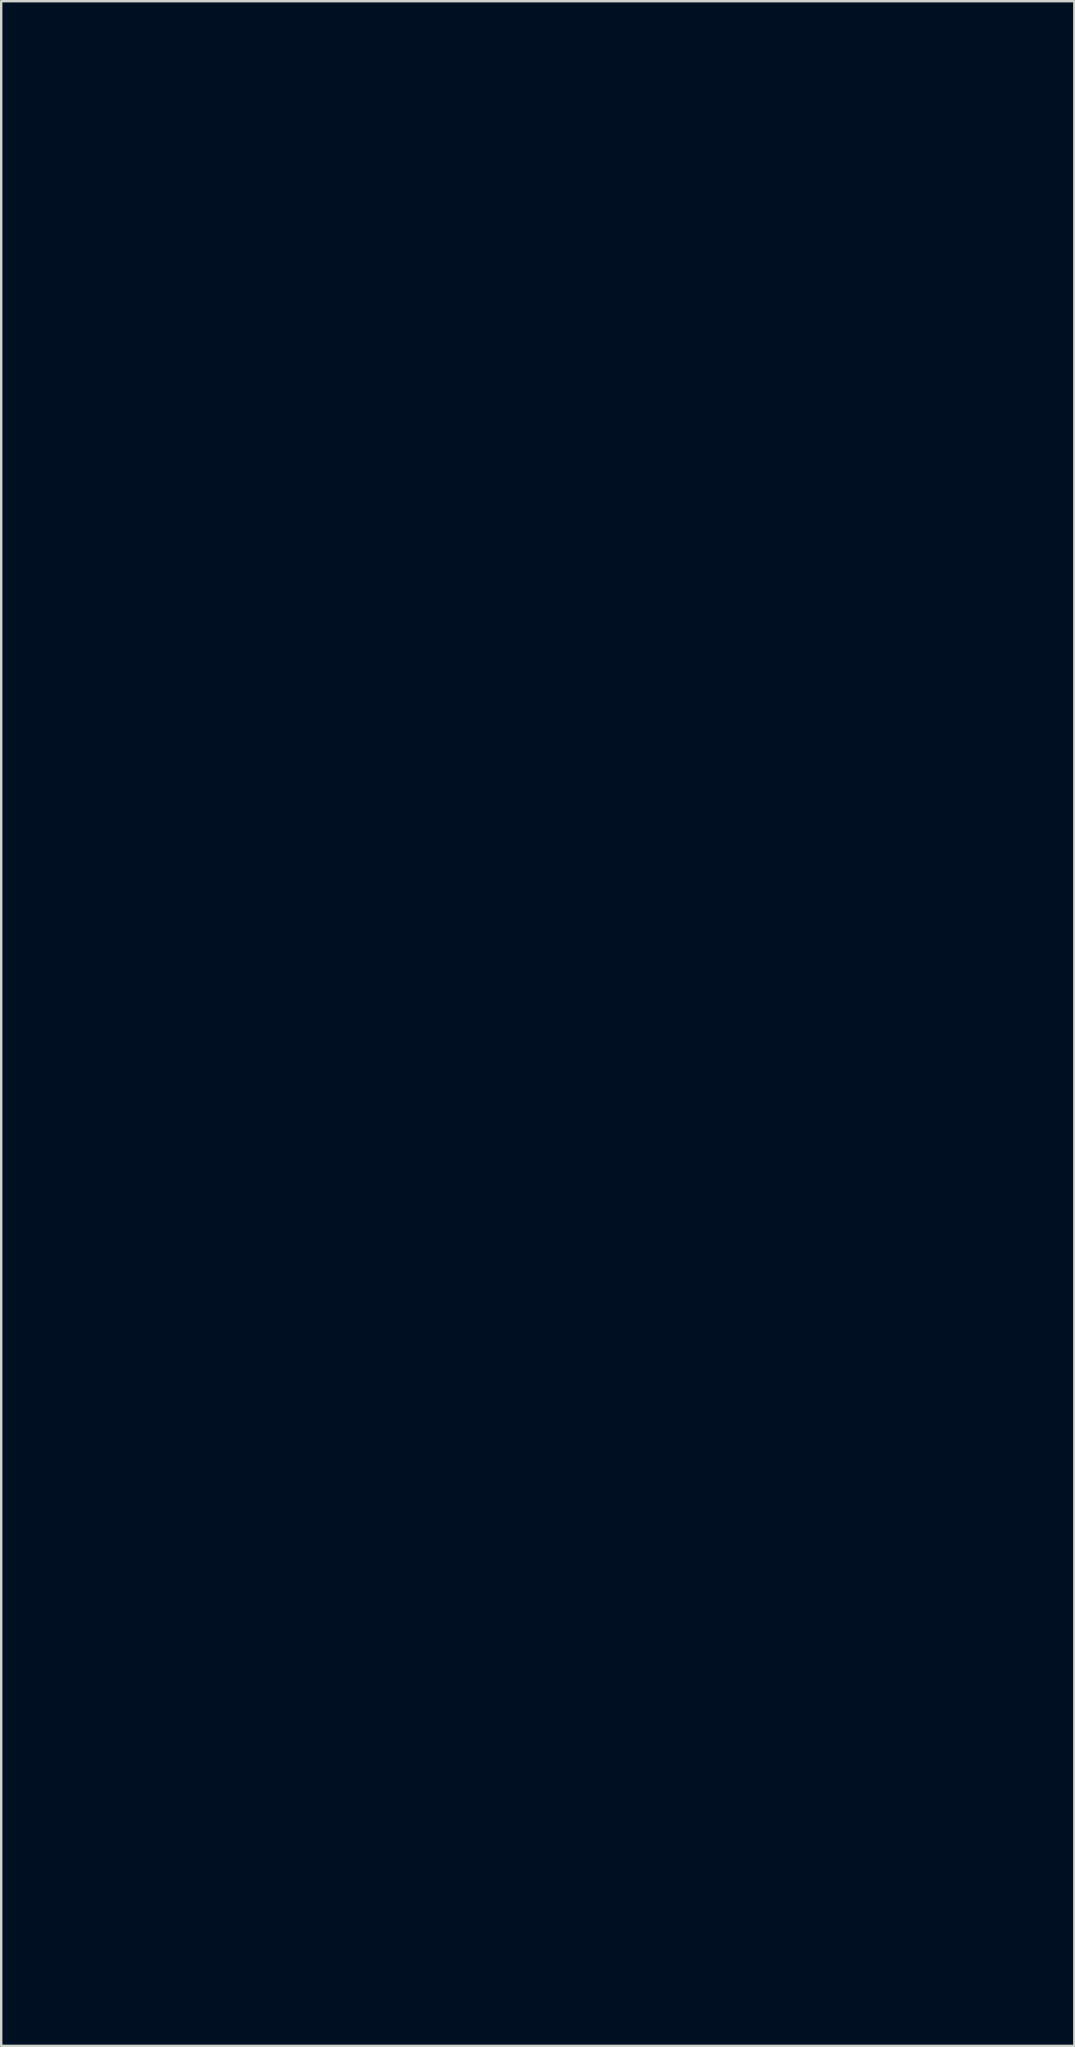
<source format=kicad_pcb>
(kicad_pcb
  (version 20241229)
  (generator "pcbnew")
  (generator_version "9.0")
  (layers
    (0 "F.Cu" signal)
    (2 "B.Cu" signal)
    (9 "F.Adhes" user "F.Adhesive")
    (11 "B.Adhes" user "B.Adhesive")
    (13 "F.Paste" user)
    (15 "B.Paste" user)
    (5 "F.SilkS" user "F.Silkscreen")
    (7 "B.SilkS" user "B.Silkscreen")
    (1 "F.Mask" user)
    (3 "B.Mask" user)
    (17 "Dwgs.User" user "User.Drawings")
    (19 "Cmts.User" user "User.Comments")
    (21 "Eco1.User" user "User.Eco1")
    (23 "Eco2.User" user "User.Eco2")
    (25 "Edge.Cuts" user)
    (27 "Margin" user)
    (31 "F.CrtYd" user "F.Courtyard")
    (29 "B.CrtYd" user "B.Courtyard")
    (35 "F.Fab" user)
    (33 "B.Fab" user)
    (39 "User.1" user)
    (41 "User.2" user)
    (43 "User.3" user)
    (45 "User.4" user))
  (footprint "OTC_back"
    (layer "F.Cu")
    (at 12.522 39.968)
    (property "Reference" "OTC_back" (at 0 0 0) (layer "F.Mask") (effects (font (size 1.524 1.524) (thickness 0.3))))
    (attr through_hole)
    (fp_poly (pts (xy 11.557 32.935) (xy 10.837 32.935) (xy 10.837 32.216) (xy 11.557 32.216) (xy 11.557 32.935)) (stroke (width 0.01) (type solid)) (fill yes) (layer "F.Mask"))
    (fp_poly (pts (xy 11.557 34.057) (xy 10.837 34.057) (xy 10.837 33.337) (xy 11.557 33.337) (xy 11.557 34.057)) (stroke (width 0.01) (type solid)) (fill yes) (layer "F.Mask"))
    (fp_poly (pts (xy 11.557 35.179) (xy 10.837 35.179) (xy 10.837 34.459) (xy 11.557 34.459) (xy 11.557 35.179)) (stroke (width 0.01) (type solid)) (fill yes) (layer "F.Mask"))
    (fp_poly (pts (xy 11.557 -35.878) (xy 9.303 -35.867) (xy 9.303 -34.343) (xy 11.557 -34.332) (xy 11.557 -33.634) (xy 8.594 -33.634) (xy 8.594 -36.597) (xy 11.557 -36.597) (xy 11.557 -35.878)) (stroke (width 0.01) (type solid)) (fill yes) (layer "F.Mask"))
    (fp_poly (pts (xy 11.557 8.784) (xy 8.594 8.784) (xy 8.594 8.065) (xy 10.837 8.065) (xy 10.837 6.54) (xy 8.594 6.54) (xy 8.594 5.821) (xy 11.557 5.821) (xy 11.557 8.784)) (stroke (width 0.01) (type solid)) (fill yes) (layer "F.Mask"))
    (fp_poly (pts (xy 11.557 21.167) (xy 8.594 21.167) (xy 8.594 20.447) (xy 10.837 20.447) (xy 10.837 18.923) (xy 8.594 18.923) (xy 8.594 18.203) (xy 11.557 18.203) (xy 11.557 21.167)) (stroke (width 0.01) (type solid)) (fill yes) (layer "F.Mask"))
    (fp_poly (pts (xy 9.303 15.949) (xy 11.557 15.96) (xy 11.557 16.658) (xy 9.303 16.669) (xy 9.297 17.235) (xy 9.291 17.801) (xy 8.594 17.801) (xy 8.594 14.838) (xy 9.291 14.838) (xy 9.303 15.949)) (stroke (width 0.01) (type solid)) (fill yes) (layer "F.Mask"))
    (fp_poly (pts (xy 11.557 -30.268) (xy 8.594 -30.268) (xy 8.594 -30.967) (xy 10.838 -30.967) (xy 10.832 -31.734) (xy 10.827 -32.501) (xy 9.71 -32.507) (xy 8.594 -32.512) (xy 8.594 -33.211) (xy 11.557 -33.211) (xy 11.557 -30.268)) (stroke (width 0.01) (type solid)) (fill yes) (layer "F.Mask"))
    (fp_poly (pts (xy -10.223 37.846) (xy -9.377 37.846) (xy -9.377 38.375) (xy -10.223 38.375) (xy -10.223 39.201) (xy -10.753 39.201) (xy -10.753 38.375) (xy -11.599 38.375) (xy -11.599 37.846) (xy -10.753 37.846) (xy -10.753 36.999) (xy -10.223 36.999) (xy -10.223 37.846)) (stroke (width 0.01) (type solid)) (fill yes) (layer "F.Mask"))
    (fp_poly (pts (xy -10.223 30.046) (xy -10.224 30.258) (xy -10.224 30.457) (xy -10.224 30.639) (xy -10.225 30.799) (xy -10.226 30.934) (xy -10.226 31.04) (xy -10.227 31.113) (xy -10.228 31.149) (xy -10.229 31.153) (xy -10.251 31.15) (xy -10.307 31.148) (xy -10.388 31.145) (xy -10.487 31.142) (xy -10.493 31.142) (xy -10.753 31.135) (xy -10.753 28.935) (xy -10.223 28.935) (xy -10.223 30.046)) (stroke (width 0.01) (type solid)) (fill yes) (layer "F.Mask"))
    (fp_poly (pts (xy 11.557 -39.211) (xy 11.557 -36.999) (xy 8.594 -36.999) (xy 8.594 -38.916) (xy 9.292 -38.916) (xy 9.292 -37.719) (xy 10.837 -37.719) (xy 10.837 -38.935) (xy 10.684 -39.089) (xy 10.531 -39.243) (xy 9.621 -39.243) (xy 9.457 -39.079) (xy 9.292 -38.916) (xy 8.594 -38.916) (xy 8.594 -39.233) (xy 8.959 -39.598) (xy 9.324 -39.963) (xy 10.806 -39.963) (xy 11.557 -39.211)) (stroke (width 0.01) (type solid)) (fill yes) (layer "F.Mask"))
    (fp_poly (pts (xy -10.321 33.283) (xy -10.191 33.342) (xy -10.087 33.429) (xy -10.011 33.536) (xy -9.965 33.659) (xy -9.949 33.79) (xy -9.966 33.923) (xy -10.017 34.051) (xy -10.103 34.169) (xy -10.121 34.187) (xy -10.223 34.287) (xy -10.223 36.407) (xy -10.753 36.407) (xy -10.753 34.278) (xy -10.838 34.196) (xy -10.94 34.074) (xy -11.002 33.941) (xy -11.023 33.799) (xy -11.003 33.649) (xy -10.995 33.624) (xy -10.933 33.491) (xy -10.842 33.385) (xy -10.727 33.309) (xy -10.595 33.266) (xy -10.451 33.258) (xy -10.321 33.283)) (stroke (width 0.01) (type solid)) (fill yes) (layer "F.Mask"))
    (fp_poly (pts (xy 11.557 36.301) (xy 10.998 36.301) (xy 10.828 36.301) (xy 10.696 36.302) (xy 10.596 36.304) (xy 10.524 36.307) (xy 10.476 36.312) (xy 10.447 36.318) (xy 10.432 36.327) (xy 10.427 36.334) (xy 10.423 36.364) (xy 10.42 36.43) (xy 10.417 36.526) (xy 10.415 36.646) (xy 10.414 36.783) (xy 10.414 36.895) (xy 10.414 37.423) (xy 9.716 37.423) (xy 9.705 36.311) (xy 9.303 36.311) (xy 9.292 37.433) (xy 9.282 38.555) (xy 8.594 38.555) (xy 8.594 35.581) (xy 11.557 35.581) (xy 11.557 36.301)) (stroke (width 0.01) (type solid)) (fill yes) (layer "F.Mask"))
    (fp_poly (pts (xy 11.557 24.553) (xy 8.594 24.553) (xy 8.594 23.374) (xy 9.296 23.374) (xy 9.296 23.517) (xy 9.297 23.637) (xy 9.298 23.728) (xy 9.3 23.787) (xy 9.302 23.807) (xy 9.314 23.814) (xy 9.346 23.82) (xy 9.401 23.825) (xy 9.482 23.829) (xy 9.594 23.831) (xy 9.739 23.833) (xy 9.92 23.834) (xy 10.075 23.834) (xy 10.837 23.834) (xy 10.837 22.288) (xy 10.07 22.294) (xy 9.303 22.299) (xy 9.297 23.04) (xy 9.296 23.214) (xy 9.296 23.374) (xy 8.594 23.374) (xy 8.594 21.579) (xy 11.557 21.579) (xy 11.557 24.553)) (stroke (width 0.01) (type solid)) (fill yes) (layer "F.Mask"))
    (fp_poly (pts (xy 9.297 3.551) (xy 9.303 4.667) (xy 9.716 4.679) (xy 9.716 2.434) (xy 11.557 2.434) (xy 11.557 5.387) (xy 10.848 5.387) (xy 10.837 4.265) (xy 10.827 3.143) (xy 10.638 3.137) (xy 10.537 3.136) (xy 10.472 3.141) (xy 10.438 3.152) (xy 10.432 3.158) (xy 10.429 3.184) (xy 10.425 3.248) (xy 10.423 3.347) (xy 10.42 3.475) (xy 10.418 3.63) (xy 10.416 3.806) (xy 10.415 4) (xy 10.414 4.209) (xy 10.414 4.281) (xy 10.414 5.375) (xy 9.504 5.381) (xy 8.594 5.387) (xy 8.594 2.434) (xy 9.292 2.434) (xy 9.297 3.551)) (stroke (width 0.01) (type solid)) (fill yes) (layer "F.Mask"))
    (fp_poly (pts (xy 9.292 -20.849) (xy 10.837 -20.849) (xy 10.837 -21.609) (xy 10.837 -21.81) (xy 10.837 -21.973) (xy 10.835 -22.102) (xy 10.833 -22.2) (xy 10.83 -22.273) (xy 10.826 -22.323) (xy 10.821 -22.355) (xy 10.814 -22.373) (xy 10.805 -22.381) (xy 10.804 -22.381) (xy 10.757 -22.391) (xy 10.687 -22.395) (xy 10.607 -22.394) (xy 10.53 -22.389) (xy 10.47 -22.38) (xy 10.439 -22.369) (xy 10.431 -22.347) (xy 10.424 -22.297) (xy 10.419 -22.217) (xy 10.416 -22.103) (xy 10.414 -21.953) (xy 10.414 -21.797) (xy 10.414 -21.251) (xy 9.716 -21.251) (xy 9.716 -23.093) (xy 11.557 -23.093) (xy 11.557 -20.13) (xy 8.594 -20.13) (xy 8.594 -23.093) (xy 9.292 -23.093) (xy 9.292 -20.849)) (stroke (width 0.01) (type solid)) (fill yes) (layer "F.Mask"))
    (fp_poly (pts (xy 11.557 -26.882) (xy 8.594 -26.882) (xy 8.594 -29.125) (xy 9.292 -29.125) (xy 9.292 -28.366) (xy 9.293 -28.191) (xy 9.294 -28.03) (xy 9.295 -27.886) (xy 9.298 -27.766) (xy 9.3 -27.674) (xy 9.303 -27.615) (xy 9.307 -27.594) (xy 9.33 -27.591) (xy 9.392 -27.588) (xy 9.485 -27.586) (xy 9.607 -27.585) (xy 9.751 -27.584) (xy 9.914 -27.584) (xy 10.074 -27.585) (xy 10.827 -27.591) (xy 10.827 -29.136) (xy 10.107 -29.142) (xy 9.935 -29.143) (xy 9.774 -29.143) (xy 9.631 -29.143) (xy 9.511 -29.142) (xy 9.418 -29.14) (xy 9.359 -29.138) (xy 9.34 -29.136) (xy 9.292 -29.125) (xy 8.594 -29.125) (xy 8.594 -29.845) (xy 11.557 -29.845) (xy 11.557 -26.882)) (stroke (width 0.01) (type solid)) (fill yes) (layer "F.Mask"))
    (fp_poly (pts (xy 11.557 31.803) (xy 10.837 31.803) (xy 10.837 29.549) (xy 10.639 29.549) (xy 10.542 29.55) (xy 10.48 29.555) (xy 10.444 29.564) (xy 10.428 29.579) (xy 10.427 29.582) (xy 10.424 29.609) (xy 10.422 29.675) (xy 10.42 29.774) (xy 10.418 29.904) (xy 10.416 30.059) (xy 10.415 30.236) (xy 10.414 30.431) (xy 10.414 30.639) (xy 10.414 30.704) (xy 10.414 31.791) (xy 9.504 31.797) (xy 8.594 31.803) (xy 8.594 30.635) (xy 9.296 30.635) (xy 9.296 30.777) (xy 9.297 30.897) (xy 9.298 30.989) (xy 9.3 31.048) (xy 9.302 31.068) (xy 9.32 31.082) (xy 9.365 31.089) (xy 9.442 31.091) (xy 9.509 31.089) (xy 9.705 31.083) (xy 9.705 29.559) (xy 9.303 29.559) (xy 9.297 30.3) (xy 9.296 30.474) (xy 9.296 30.635) (xy 8.594 30.635) (xy 8.594 28.85) (xy 11.557 28.85) (xy 11.557 31.803)) (stroke (width 0.01) (type solid)) (fill yes) (layer "F.Mask"))
    (fp_poly (pts (xy 11.442 -26.386) (xy 11.694 -26.141) (xy 10.414 -24.859) (xy 10.414 -24.57) (xy 10.415 -24.461) (xy 10.417 -24.366) (xy 10.421 -24.294) (xy 10.426 -24.252) (xy 10.427 -24.248) (xy 10.435 -24.238) (xy 10.454 -24.23) (xy 10.488 -24.224) (xy 10.542 -24.22) (xy 10.622 -24.217) (xy 10.73 -24.216) (xy 10.873 -24.215) (xy 10.998 -24.215) (xy 11.557 -24.215) (xy 11.557 -23.506) (xy 8.594 -23.506) (xy 8.594 -24.674) (xy 9.296 -24.674) (xy 9.296 -24.531) (xy 9.297 -24.412) (xy 9.298 -24.32) (xy 9.3 -24.261) (xy 9.302 -24.241) (xy 9.323 -24.227) (xy 9.378 -24.219) (xy 9.469 -24.215) (xy 9.514 -24.215) (xy 9.716 -24.215) (xy 9.716 -25.761) (xy 9.303 -25.749) (xy 9.297 -25.009) (xy 9.296 -24.835) (xy 9.296 -24.674) (xy 8.594 -24.674) (xy 8.594 -26.458) (xy 10.414 -26.458) (xy 10.414 -26.21) (xy 10.416 -26.109) (xy 10.421 -26.022) (xy 10.427 -25.958) (xy 10.435 -25.929) (xy 10.447 -25.924) (xy 10.47 -25.935) (xy 10.508 -25.963) (xy 10.564 -26.013) (xy 10.641 -26.085) (xy 10.742 -26.184) (xy 10.823 -26.265) (xy 11.191 -26.632) (xy 11.442 -26.386)) (stroke (width 0.01) (type solid)) (fill yes) (layer "F.Mask"))
    (fp_poly (pts (xy 11.557 2.011) (xy 8.594 2.011) (xy 8.594 0.148) (xy 9.292 0.148) (xy 9.292 0.716) (xy 9.293 0.867) (xy 9.294 1.004) (xy 9.297 1.122) (xy 9.3 1.214) (xy 9.303 1.275) (xy 9.307 1.299) (xy 9.307 1.299) (xy 9.333 1.305) (xy 9.392 1.308) (xy 9.472 1.309) (xy 9.513 1.308) (xy 9.705 1.302) (xy 9.711 0.725) (xy 9.712 0.54) (xy 10.414 0.54) (xy 10.414 0.71) (xy 10.415 0.867) (xy 10.417 1.006) (xy 10.419 1.122) (xy 10.422 1.21) (xy 10.425 1.264) (xy 10.427 1.279) (xy 10.441 1.295) (xy 10.472 1.305) (xy 10.529 1.311) (xy 10.62 1.312) (xy 10.639 1.312) (xy 10.837 1.312) (xy 10.837 -0.233) (xy 10.639 -0.233) (xy 10.542 -0.232) (xy 10.48 -0.227) (xy 10.444 -0.218) (xy 10.428 -0.203) (xy 10.427 -0.199) (xy 10.424 -0.171) (xy 10.421 -0.105) (xy 10.419 -0.008) (xy 10.416 0.117) (xy 10.415 0.262) (xy 10.414 0.424) (xy 10.414 0.54) (xy 9.712 0.54) (xy 9.716 0.148) (xy 9.292 0.148) (xy 8.594 0.148) (xy 8.594 -0.572) (xy 9.716 -0.572) (xy 9.716 -0.953) (xy 11.557 -0.953) (xy 11.557 2.011)) (stroke (width 0.01) (type solid)) (fill yes) (layer "F.Mask"))
    (fp_poly (pts (xy -10.085 31.798) (xy -9.817 31.868) (xy -9.578 31.968) (xy -9.328 32.115) (xy -9.104 32.295) (xy -8.908 32.503) (xy -8.744 32.735) (xy -8.614 32.989) (xy -8.521 33.261) (xy -8.519 33.268) (xy -8.464 33.558) (xy -8.451 33.846) (xy -8.477 34.128) (xy -8.541 34.401) (xy -8.642 34.661) (xy -8.778 34.905) (xy -8.949 35.13) (xy -9.153 35.332) (xy -9.388 35.509) (xy -9.444 35.544) (xy -9.511 35.583) (xy -9.563 35.611) (xy -9.591 35.623) (xy -9.592 35.623) (xy -9.599 35.604) (xy -9.604 35.549) (xy -9.608 35.468) (xy -9.61 35.367) (xy -9.61 35.338) (xy -9.61 35.052) (xy -9.435 34.877) (xy -9.279 34.704) (xy -9.16 34.529) (xy -9.072 34.343) (xy -9.009 34.134) (xy -8.985 34.015) (xy -8.966 33.782) (xy -8.986 33.549) (xy -9.043 33.321) (xy -9.135 33.103) (xy -9.258 32.902) (xy -9.411 32.721) (xy -9.592 32.566) (xy -9.732 32.476) (xy -9.856 32.41) (xy -9.963 32.361) (xy -10.063 32.328) (xy -10.169 32.308) (xy -10.291 32.297) (xy -10.442 32.293) (xy -10.477 32.293) (xy -10.605 32.293) (xy -10.701 32.295) (xy -10.773 32.299) (xy -10.831 32.308) (xy -10.886 32.323) (xy -10.947 32.343) (xy -10.964 32.349) (xy -11.204 32.458) (xy -11.418 32.601) (xy -11.555 32.723) (xy -11.697 32.884) (xy -11.81 33.055) (xy -11.902 33.251) (xy -11.921 33.3) (xy -11.951 33.388) (xy -11.971 33.466) (xy -11.984 33.55) (xy -11.993 33.653) (xy -11.996 33.729) (xy -12 33.849) (xy -11.999 33.94) (xy -11.991 34.017) (xy -11.976 34.093) (xy -11.961 34.153) (xy -11.885 34.368) (xy -11.781 34.572) (xy -11.654 34.755) (xy -11.51 34.91) (xy -11.454 34.957) (xy -11.347 35.041) (xy -11.346 35.343) (xy -11.346 35.45) (xy -11.347 35.541) (xy -11.348 35.606) (xy -11.35 35.64) (xy -11.351 35.643) (xy -11.371 35.632) (xy -11.413 35.609) (xy -11.419 35.606) (xy -11.673 35.445) (xy -11.898 35.258) (xy -12.091 35.048) (xy -12.25 34.818) (xy -12.372 34.571) (xy -12.42 34.438) (xy -12.462 34.296) (xy -12.491 34.172) (xy -12.507 34.052) (xy -12.516 33.918) (xy -12.517 33.793) (xy -12.514 33.637) (xy -12.505 33.507) (xy -12.486 33.388) (xy -12.455 33.261) (xy -12.42 33.147) (xy -12.316 32.889) (xy -12.175 32.647) (xy -12 32.427) (xy -11.793 32.23) (xy -11.556 32.059) (xy -11.426 31.985) (xy -11.178 31.876) (xy -10.914 31.803) (xy -10.64 31.765) (xy -10.361 31.764) (xy -10.085 31.798)) (stroke (width 0.01) (type solid)) (fill yes) (layer "F.Mask")))
  (footprint "OTC_front"
    (layer "F.Cu")
    (at 32.961 12.481)
    (property "Reference" "OTC_front" (at 0 0 0) (layer "F.Mask") (effects (font (size 1.524 1.524) (thickness 0.3))))
    (attr through_hole)
    (fp_poly (pts (xy 0.847 -6.773) (xy -0.614 -6.773) (xy -0.614 -8.234) (xy 0.847 -8.234) (xy 0.847 -6.773)) (stroke (width 0.01) (type solid)) (fill yes) (layer "F.Mask"))
    (fp_poly (pts (xy 0.847 3.32) (xy 0.677 3.327) (xy 0.508 3.334) (xy 0.508 2.609) (xy 0.508 1.884) (xy 0.847 1.884) (xy 0.847 3.32)) (stroke (width 0.01) (type solid)) (fill yes) (layer "F.Mask"))
    (fp_poly (pts (xy 3.578 -9.028) (xy 3.124 -9.034) (xy 2.942 -9.035) (xy 2.801 -9.034) (xy 2.699 -9.029) (xy 2.639 -9.022) (xy 2.625 -9.017) (xy 2.582 -8.994) (xy 2.582 11.811) (xy -2.349 11.811) (xy -2.349 8.954) (xy -1.397 8.954) (xy -1.397 9.737) (xy 0.847 9.737) (xy 0.847 10.858) (xy 1.63 10.858) (xy 1.63 7.832) (xy 0.847 7.832) (xy 0.847 8.954) (xy -1.397 8.954) (xy -2.349 8.954) (xy -2.349 7.493) (xy -1.397 7.493) (xy 1.631 7.493) (xy 1.625 7.096) (xy 1.619 6.699) (xy -0.614 6.699) (xy -0.614 5.974) (xy -0.614 5.249) (xy 1.631 5.249) (xy 1.625 4.852) (xy 1.619 4.456) (xy -1.386 4.456) (xy -1.392 5.974) (xy -1.397 7.493) (xy -2.349 7.493) (xy -2.35 1.41) (xy -2.35 1.079) (xy -1.398 1.079) (xy -1.386 1.873) (xy -0.275 1.885) (xy -0.275 2.992) (xy -0.275 3.205) (xy -0.274 3.404) (xy -0.273 3.587) (xy -0.271 3.749) (xy -0.269 3.886) (xy -0.267 3.995) (xy -0.265 4.07) (xy -0.262 4.109) (xy -0.261 4.113) (xy -0.238 4.116) (xy -0.176 4.119) (xy -0.081 4.122) (xy 0.043 4.124) (xy 0.193 4.125) (xy 0.363 4.127) (xy 0.549 4.127) (xy 0.691 4.128) (xy 1.63 4.128) (xy 1.63 1.079) (xy -1.398 1.079) (xy -2.35 1.079) (xy -2.35 0.606) (xy -2.35 -0.157) (xy -2.35 -0.879) (xy -2.35 -1.164) (xy -1.398 -1.164) (xy -1.386 -0.37) (xy -0.27 -0.365) (xy 0.847 -0.359) (xy 0.847 0.187) (xy 0.847 0.335) (xy 0.849 0.469) (xy 0.851 0.583) (xy 0.854 0.672) (xy 0.858 0.729) (xy 0.861 0.748) (xy 0.886 0.753) (xy 0.946 0.756) (xy 1.035 0.758) (xy 1.144 0.758) (xy 1.248 0.757) (xy 1.619 0.751) (xy 1.625 -0.768) (xy 1.63 -2.287) (xy 1.244 -2.281) (xy 0.857 -2.275) (xy 0.852 -1.72) (xy 0.846 -1.164) (xy -1.398 -1.164) (xy -2.35 -1.164) (xy -2.35 -1.562) (xy -2.35 -2.207) (xy -2.35 -2.815) (xy -2.35 -3.387) (xy -2.351 -3.924) (xy -2.351 -4.427) (xy -2.351 -4.897) (xy -2.352 -5.335) (xy -2.352 -5.652) (xy -1.397 -5.652) (xy -1.397 -2.625) (xy 1.63 -2.625) (xy 1.63 -3.408) (xy -0.614 -3.408) (xy -0.614 -4.868) (xy 1.63 -4.868) (xy 1.63 -5.652) (xy -1.397 -5.652) (xy -2.352 -5.652) (xy -2.352 -5.742) (xy -2.353 -6.12) (xy -2.353 -6.468) (xy -2.354 -6.789) (xy -2.355 -7.083) (xy -2.356 -7.352) (xy -2.356 -7.596) (xy -2.357 -7.816) (xy -2.358 -8.014) (xy -2.36 -8.191) (xy -2.361 -8.347) (xy -2.362 -8.484) (xy -2.363 -8.602) (xy -2.365 -8.703) (xy -2.367 -8.788) (xy -2.368 -8.857) (xy -2.37 -8.913) (xy -2.372 -8.955) (xy -2.374 -8.986) (xy -2.376 -9.005) (xy -2.378 -9.014) (xy -2.379 -9.015) (xy -2.382 -9.016) (xy -1.397 -9.016) (xy -1.397 -5.99) (xy 1.63 -5.99) (xy 1.625 -7.509) (xy 1.619 -9.028) (xy 0.159 -9.033) (xy -0.087 -9.034) (xy -0.322 -9.035) (xy -0.541 -9.035) (xy -0.741 -9.035) (xy -0.919 -9.034) (xy -1.071 -9.033) (xy -1.194 -9.032) (xy -1.283 -9.031) (xy -1.336 -9.029) (xy -1.349 -9.028) (xy -1.397 -9.016) (xy -2.382 -9.016) (xy -2.406 -9.024) (xy -2.464 -9.03) (xy -2.555 -9.034) (xy -2.683 -9.035) (xy -2.85 -9.034) (xy -2.866 -9.034) (xy -3.323 -9.028) (xy -1.599 -10.752) (xy 0.126 -12.476) (xy 3.578 -9.028)) (stroke (width 0.01) (type solid)) (fill yes) (layer "F.Mask")))
  (gr_rect
    (start -3 -3)
    (end 41.702 82.173)
    (stroke (width 0.1) (type default))
    (fill no)
    (layer "Edge.Cuts")))
</source>
